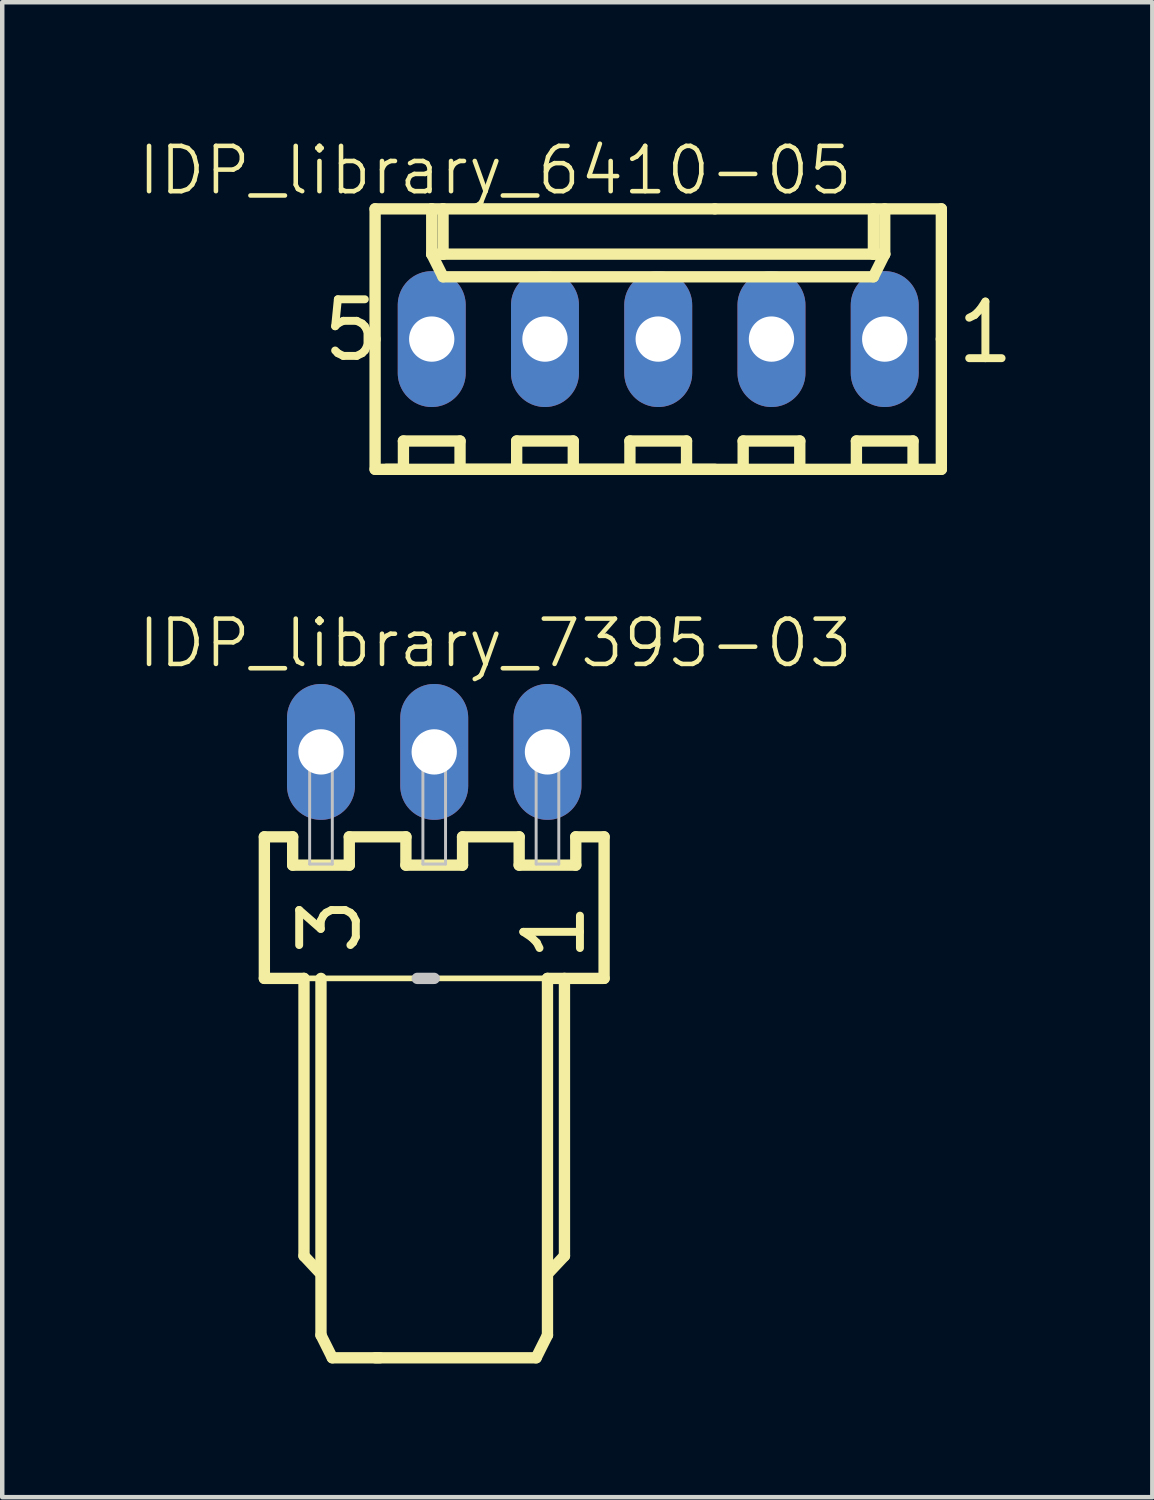
<source format=kicad_pcb>
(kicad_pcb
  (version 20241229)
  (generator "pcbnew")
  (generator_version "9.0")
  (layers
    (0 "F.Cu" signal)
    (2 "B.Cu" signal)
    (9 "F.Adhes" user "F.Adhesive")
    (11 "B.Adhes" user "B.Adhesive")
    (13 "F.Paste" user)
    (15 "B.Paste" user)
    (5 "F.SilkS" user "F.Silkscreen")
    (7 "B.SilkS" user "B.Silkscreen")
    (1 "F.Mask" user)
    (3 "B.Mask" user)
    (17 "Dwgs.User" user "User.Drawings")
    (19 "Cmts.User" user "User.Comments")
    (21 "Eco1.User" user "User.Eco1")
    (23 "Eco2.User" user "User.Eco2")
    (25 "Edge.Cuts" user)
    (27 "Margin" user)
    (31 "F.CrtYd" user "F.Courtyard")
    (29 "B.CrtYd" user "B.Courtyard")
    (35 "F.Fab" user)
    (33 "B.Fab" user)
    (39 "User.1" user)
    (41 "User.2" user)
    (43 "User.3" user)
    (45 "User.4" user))
  (footprint "IDP_library_7395-03"
    (layer "F.Cu")
    (at 6.689 13.814)
    (property "Reference" "IDP_library_7395-03" (at 1.369 -2.438 180) (layer "F.SilkS") (effects (font (size 1.016 1.016) (thickness 0.102))))
    (attr exclude_from_pos_files exclude_from_bom)
    (fp_line (start -3.81 1.905) (end -3.81 5.08) (stroke (width 0.254) (type solid)) (layer "F.SilkS"))
    (fp_line (start -3.81 5.08) (end -2.921 5.08) (stroke (width 0.254) (type solid)) (layer "F.SilkS"))
    (fp_line (start -3.175 1.905) (end -3.81 1.905) (stroke (width 0.254) (type solid)) (layer "F.SilkS"))
    (fp_line (start -3.175 2.54) (end -3.175 1.905) (stroke (width 0.254) (type solid)) (layer "F.SilkS"))
    (fp_line (start -2.921 5.08) (end -2.921 11.303) (stroke (width 0.254) (type solid)) (layer "F.SilkS"))
    (fp_line (start -2.921 5.08) (end 2.54 5.08) (stroke (width 0.127) (type solid)) (layer "F.SilkS"))
    (fp_line (start -2.921 11.303) (end -2.588 11.659) (stroke (width 0.254) (type solid)) (layer "F.SilkS"))
    (fp_line (start -2.54 5.08) (end -2.54 13.081) (stroke (width 0.254) (type solid)) (layer "F.SilkS"))
    (fp_line (start -2.54 13.081) (end -2.286 13.589) (stroke (width 0.254) (type solid)) (layer "F.SilkS"))
    (fp_line (start -2.286 13.589) (end -1.219 13.589) (stroke (width 0.254) (type solid)) (layer "F.SilkS"))
    (fp_line (start -1.905 1.905) (end -1.905 2.54) (stroke (width 0.254) (type solid)) (layer "F.SilkS"))
    (fp_line (start -1.905 2.54) (end -3.175 2.54) (stroke (width 0.254) (type solid)) (layer "F.SilkS"))
    (fp_line (start -0.635 1.905) (end -1.905 1.905) (stroke (width 0.254) (type solid)) (layer "F.SilkS"))
    (fp_line (start -0.635 2.54) (end -0.635 1.905) (stroke (width 0.254) (type solid)) (layer "F.SilkS"))
    (fp_line (start 0.635 1.905) (end 0.635 2.54) (stroke (width 0.254) (type solid)) (layer "F.SilkS"))
    (fp_line (start 0.635 2.54) (end -0.635 2.54) (stroke (width 0.254) (type solid)) (layer "F.SilkS"))
    (fp_line (start 1.905 1.905) (end 0.635 1.905) (stroke (width 0.254) (type solid)) (layer "F.SilkS"))
    (fp_line (start 1.905 2.54) (end 1.905 1.905) (stroke (width 0.254) (type solid)) (layer "F.SilkS"))
    (fp_line (start 2.286 13.589) (end -1.321 13.589) (stroke (width 0.254) (type solid)) (layer "F.SilkS"))
    (fp_line (start 2.54 5.08) (end 2.54 13.081) (stroke (width 0.254) (type solid)) (layer "F.SilkS"))
    (fp_line (start 2.54 5.08) (end 3.81 5.08) (stroke (width 0.254) (type solid)) (layer "F.SilkS"))
    (fp_line (start 2.54 13.081) (end 2.286 13.589) (stroke (width 0.254) (type solid)) (layer "F.SilkS"))
    (fp_line (start 2.921 5.08) (end 2.921 11.303) (stroke (width 0.254) (type solid)) (layer "F.SilkS"))
    (fp_line (start 2.921 11.303) (end 2.588 11.659) (stroke (width 0.254) (type solid)) (layer "F.SilkS"))
    (fp_line (start 3.175 1.905) (end 3.175 2.54) (stroke (width 0.254) (type solid)) (layer "F.SilkS"))
    (fp_line (start 3.175 2.54) (end 1.905 2.54) (stroke (width 0.254) (type solid)) (layer "F.SilkS"))
    (fp_line (start 3.81 1.905) (end 3.175 1.905) (stroke (width 0.254) (type solid)) (layer "F.SilkS"))
    (fp_line (start 3.81 5.08) (end 3.81 1.905) (stroke (width 0.254) (type solid)) (layer "F.SilkS"))
    (fp_line (start -2.794 -0.254) (end -2.286 -0.254) (stroke (width 0.066) (type solid)) (layer "Dwgs.User"))
    (fp_line (start -2.794 0.254) (end -2.794 -0.254) (stroke (width 0.066) (type solid)) (layer "Dwgs.User"))
    (fp_line (start -2.794 0.254) (end -2.286 0.254) (stroke (width 0.066) (type solid)) (layer "Dwgs.User"))
    (fp_line (start -2.794 0.279) (end -2.286 0.279) (stroke (width 0.066) (type solid)) (layer "Dwgs.User"))
    (fp_line (start -2.794 2.515) (end -2.794 0.279) (stroke (width 0.066) (type solid)) (layer "Dwgs.User"))
    (fp_line (start -2.794 2.515) (end -2.286 2.515) (stroke (width 0.066) (type solid)) (layer "Dwgs.User"))
    (fp_line (start -2.286 0.254) (end -2.286 -0.254) (stroke (width 0.066) (type solid)) (layer "Dwgs.User"))
    (fp_line (start -2.286 2.515) (end -2.286 0.279) (stroke (width 0.066) (type solid)) (layer "Dwgs.User"))
    (fp_line (start -0.254 -0.254) (end 0.254 -0.254) (stroke (width 0.066) (type solid)) (layer "Dwgs.User"))
    (fp_line (start -0.254 0.254) (end -0.254 -0.254) (stroke (width 0.066) (type solid)) (layer "Dwgs.User"))
    (fp_line (start -0.254 0.254) (end 0.254 0.254) (stroke (width 0.066) (type solid)) (layer "Dwgs.User"))
    (fp_line (start -0.254 0.279) (end 0.254 0.279) (stroke (width 0.066) (type solid)) (layer "Dwgs.User"))
    (fp_line (start -0.254 2.515) (end -0.254 0.279) (stroke (width 0.066) (type solid)) (layer "Dwgs.User"))
    (fp_line (start -0.254 2.515) (end 0.254 2.515) (stroke (width 0.066) (type solid)) (layer "Dwgs.User"))
    (fp_line (start 0 5.08) (end -0.381 5.08) (stroke (width 0.254) (type solid)) (layer "Dwgs.User"))
    (fp_line (start 0.254 0.254) (end 0.254 -0.254) (stroke (width 0.066) (type solid)) (layer "Dwgs.User"))
    (fp_line (start 0.254 2.515) (end 0.254 0.279) (stroke (width 0.066) (type solid)) (layer "Dwgs.User"))
    (fp_line (start 2.286 -0.254) (end 2.794 -0.254) (stroke (width 0.066) (type solid)) (layer "Dwgs.User"))
    (fp_line (start 2.286 0.254) (end 2.286 -0.254) (stroke (width 0.066) (type solid)) (layer "Dwgs.User"))
    (fp_line (start 2.286 0.254) (end 2.794 0.254) (stroke (width 0.066) (type solid)) (layer "Dwgs.User"))
    (fp_line (start 2.286 0.279) (end 2.794 0.279) (stroke (width 0.066) (type solid)) (layer "Dwgs.User"))
    (fp_line (start 2.286 2.515) (end 2.286 0.279) (stroke (width 0.066) (type solid)) (layer "Dwgs.User"))
    (fp_line (start 2.286 2.515) (end 2.794 2.515) (stroke (width 0.066) (type solid)) (layer "Dwgs.User"))
    (fp_line (start 2.794 0.254) (end 2.794 -0.254) (stroke (width 0.066) (type solid)) (layer "Dwgs.User"))
    (fp_line (start 2.794 2.515) (end 2.794 0.279) (stroke (width 0.066) (type solid)) (layer "Dwgs.User"))
    (fp_text user "3" (at -2.337 3.909 270) (layer "F.SilkS") (effects (font (size 1.27 1.27) (thickness 0.178))))
    (fp_text user "1" (at 2.69 4.036 270) (layer "F.SilkS") (effects (font (size 1.27 1.27) (thickness 0.178))))
    (pad "1" thru_hole oval (at 2.54 0 180) (size 1.524 3.048) (drill 1.016) (layers "*.Cu" "*.Paste" "*.Mask"))
    (pad "2" thru_hole oval (at 0 0 180) (size 1.524 3.048) (drill 1.016) (layers "*.Cu" "*.Paste" "*.Mask"))
    (pad "3" thru_hole oval (at -2.54 0 180) (size 1.524 3.048) (drill 1.016) (layers "*.Cu" "*.Paste" "*.Mask")))
  (footprint "IDP_library_6410-05"
    (layer "F.Cu")
    (at 11.713 4.555)
    (property "Reference" "IDP_library_6410-05" (at -3.655 -3.782 0) (layer "F.SilkS") (effects (font (size 1.016 1.016) (thickness 0.102))))
    (attr exclude_from_pos_files exclude_from_bom)
    (fp_line (start -6.35 -2.921) (end -5.08 -2.921) (stroke (width 0.254) (type solid)) (layer "F.SilkS"))
    (fp_line (start -6.35 0) (end -6.35 -2.921) (stroke (width 0.254) (type solid)) (layer "F.SilkS"))
    (fp_line (start -6.35 0) (end -6.35 2.921) (stroke (width 0.254) (type solid)) (layer "F.SilkS"))
    (fp_line (start -6.35 2.921) (end 1.27 2.921) (stroke (width 0.254) (type solid)) (layer "F.SilkS"))
    (fp_line (start -6.096 2.921) (end -5.715 2.921) (stroke (width 0.254) (type solid)) (layer "F.SilkS"))
    (fp_line (start -5.715 2.286) (end -4.445 2.286) (stroke (width 0.254) (type solid)) (layer "F.SilkS"))
    (fp_line (start -5.715 2.921) (end -5.715 2.286) (stroke (width 0.254) (type solid)) (layer "F.SilkS"))
    (fp_line (start -5.08 -2.921) (end -4.826 -2.921) (stroke (width 0.254) (type solid)) (layer "F.SilkS"))
    (fp_line (start -5.08 -2.54) (end -5.08 -2.921) (stroke (width 0.127) (type solid)) (layer "F.SilkS"))
    (fp_line (start -5.08 -1.905) (end -5.08 -2.921) (stroke (width 0.254) (type solid)) (layer "F.SilkS"))
    (fp_line (start -5.08 -1.905) (end -4.826 -1.905) (stroke (width 0.254) (type solid)) (layer "F.SilkS"))
    (fp_line (start -5.08 -1.905) (end -4.826 -1.397) (stroke (width 0.254) (type solid)) (layer "F.SilkS"))
    (fp_line (start -4.826 -2.921) (end -4.826 -1.905) (stroke (width 0.254) (type solid)) (layer "F.SilkS"))
    (fp_line (start -4.826 -2.921) (end 1.27 -2.921) (stroke (width 0.254) (type solid)) (layer "F.SilkS"))
    (fp_line (start -4.826 -1.905) (end 4.826 -1.905) (stroke (width 0.254) (type solid)) (layer "F.SilkS"))
    (fp_line (start -4.826 -1.397) (end 4.826 -1.397) (stroke (width 0.254) (type solid)) (layer "F.SilkS"))
    (fp_line (start -4.445 2.286) (end -4.445 2.921) (stroke (width 0.254) (type solid)) (layer "F.SilkS"))
    (fp_line (start -4.445 2.921) (end -3.175 2.921) (stroke (width 0.254) (type solid)) (layer "F.SilkS"))
    (fp_line (start -3.175 2.286) (end -1.905 2.286) (stroke (width 0.254) (type solid)) (layer "F.SilkS"))
    (fp_line (start -3.175 2.921) (end -3.175 2.286) (stroke (width 0.254) (type solid)) (layer "F.SilkS"))
    (fp_line (start -1.905 2.286) (end -1.905 2.921) (stroke (width 0.254) (type solid)) (layer "F.SilkS"))
    (fp_line (start -1.905 2.921) (end -0.635 2.921) (stroke (width 0.254) (type solid)) (layer "F.SilkS"))
    (fp_line (start -0.635 2.286) (end 0.635 2.286) (stroke (width 0.254) (type solid)) (layer "F.SilkS"))
    (fp_line (start -0.635 2.921) (end -0.635 2.286) (stroke (width 0.254) (type solid)) (layer "F.SilkS"))
    (fp_line (start 0.635 2.286) (end 0.635 2.921) (stroke (width 0.254) (type solid)) (layer "F.SilkS"))
    (fp_line (start 0.635 2.921) (end -0.635 2.921) (stroke (width 0.254) (type solid)) (layer "F.SilkS"))
    (fp_line (start 0.635 2.921) (end 1.905 2.921) (stroke (width 0.254) (type solid)) (layer "F.SilkS"))
    (fp_line (start 1.905 2.286) (end 3.175 2.286) (stroke (width 0.254) (type solid)) (layer "F.SilkS"))
    (fp_line (start 1.905 2.921) (end 1.905 2.286) (stroke (width 0.254) (type solid)) (layer "F.SilkS"))
    (fp_line (start 3.175 2.286) (end 3.175 2.921) (stroke (width 0.254) (type solid)) (layer "F.SilkS"))
    (fp_line (start 3.175 2.921) (end 1.905 2.921) (stroke (width 0.254) (type solid)) (layer "F.SilkS"))
    (fp_line (start 3.175 2.921) (end 4.445 2.921) (stroke (width 0.254) (type solid)) (layer "F.SilkS"))
    (fp_line (start 4.445 2.286) (end 5.715 2.286) (stroke (width 0.254) (type solid)) (layer "F.SilkS"))
    (fp_line (start 4.445 2.921) (end 4.445 2.286) (stroke (width 0.254) (type solid)) (layer "F.SilkS"))
    (fp_line (start 4.826 -2.921) (end 4.826 -1.905) (stroke (width 0.254) (type solid)) (layer "F.SilkS"))
    (fp_line (start 4.826 -1.905) (end 5.08 -1.905) (stroke (width 0.254) (type solid)) (layer "F.SilkS"))
    (fp_line (start 4.826 -1.397) (end 5.08 -1.905) (stroke (width 0.254) (type solid)) (layer "F.SilkS"))
    (fp_line (start 5.08 -1.905) (end 5.08 -2.921) (stroke (width 0.254) (type solid)) (layer "F.SilkS"))
    (fp_line (start 5.715 2.286) (end 5.715 2.921) (stroke (width 0.254) (type solid)) (layer "F.SilkS"))
    (fp_line (start 5.715 2.921) (end 4.445 2.921) (stroke (width 0.254) (type solid)) (layer "F.SilkS"))
    (fp_line (start 5.715 2.921) (end 6.35 2.921) (stroke (width 0.254) (type solid)) (layer "F.SilkS"))
    (fp_line (start 6.35 -2.921) (end 1.27 -2.921) (stroke (width 0.254) (type solid)) (layer "F.SilkS"))
    (fp_line (start 6.35 0) (end 6.35 -2.921) (stroke (width 0.254) (type solid)) (layer "F.SilkS"))
    (fp_line (start 6.35 0) (end 6.35 2.921) (stroke (width 0.254) (type solid)) (layer "F.SilkS"))
    (fp_line (start -5.334 -0.254) (end -4.826 -0.254) (stroke (width 0.066) (type solid)) (layer "Dwgs.User"))
    (fp_line (start -5.334 0.254) (end -5.334 -0.254) (stroke (width 0.066) (type solid)) (layer "Dwgs.User"))
    (fp_line (start -5.334 0.254) (end -4.826 0.254) (stroke (width 0.066) (type solid)) (layer "Dwgs.User"))
    (fp_line (start -4.826 0.254) (end -4.826 -0.254) (stroke (width 0.066) (type solid)) (layer "Dwgs.User"))
    (fp_line (start -2.794 -0.254) (end -2.286 -0.254) (stroke (width 0.066) (type solid)) (layer "Dwgs.User"))
    (fp_line (start -2.794 0.254) (end -2.794 -0.254) (stroke (width 0.066) (type solid)) (layer "Dwgs.User"))
    (fp_line (start -2.794 0.254) (end -2.286 0.254) (stroke (width 0.066) (type solid)) (layer "Dwgs.User"))
    (fp_line (start -2.286 0.254) (end -2.286 -0.254) (stroke (width 0.066) (type solid)) (layer "Dwgs.User"))
    (fp_line (start -0.254 -0.254) (end 0.254 -0.254) (stroke (width 0.066) (type solid)) (layer "Dwgs.User"))
    (fp_line (start -0.254 0.254) (end -0.254 -0.254) (stroke (width 0.066) (type solid)) (layer "Dwgs.User"))
    (fp_line (start -0.254 0.254) (end 0.254 0.254) (stroke (width 0.066) (type solid)) (layer "Dwgs.User"))
    (fp_line (start 0.254 0.254) (end 0.254 -0.254) (stroke (width 0.066) (type solid)) (layer "Dwgs.User"))
    (fp_line (start 2.286 -0.254) (end 2.794 -0.254) (stroke (width 0.066) (type solid)) (layer "Dwgs.User"))
    (fp_line (start 2.286 0.254) (end 2.286 -0.254) (stroke (width 0.066) (type solid)) (layer "Dwgs.User"))
    (fp_line (start 2.286 0.254) (end 2.794 0.254) (stroke (width 0.066) (type solid)) (layer "Dwgs.User"))
    (fp_line (start 2.794 0.254) (end 2.794 -0.254) (stroke (width 0.066) (type solid)) (layer "Dwgs.User"))
    (fp_line (start 4.826 -0.254) (end 5.334 -0.254) (stroke (width 0.066) (type solid)) (layer "Dwgs.User"))
    (fp_line (start 4.826 0.254) (end 4.826 -0.254) (stroke (width 0.066) (type solid)) (layer "Dwgs.User"))
    (fp_line (start 4.826 0.254) (end 5.334 0.254) (stroke (width 0.066) (type solid)) (layer "Dwgs.User"))
    (fp_line (start 5.334 0.254) (end 5.334 -0.254) (stroke (width 0.066) (type solid)) (layer "Dwgs.User"))
    (fp_text user "5" (at -6.883 -0.201 0) (layer "F.SilkS") (effects (font (size 1.27 1.27) (thickness 0.178))))
    (fp_text user "1" (at 7.338 -0.15 0) (layer "F.SilkS") (effects (font (size 1.27 1.27) (thickness 0.178))))
    (pad "1" thru_hole oval (at 5.08 0 180) (size 1.524 3.048) (drill 1.016) (layers "*.Cu" "*.Paste" "*.Mask"))
    (pad "2" thru_hole oval (at 2.54 0 180) (size 1.524 3.048) (drill 1.016) (layers "*.Cu" "*.Paste" "*.Mask"))
    (pad "3" thru_hole oval (at 0 0 180) (size 1.524 3.048) (drill 1.016) (layers "*.Cu" "*.Paste" "*.Mask"))
    (pad "4" thru_hole oval (at -2.54 0 180) (size 1.524 3.048) (drill 1.016) (layers "*.Cu" "*.Paste" "*.Mask"))
    (pad "5" thru_hole oval (at -5.08 0 180) (size 1.524 3.048) (drill 1.016) (layers "*.Cu" "*.Paste" "*.Mask")))
  (gr_rect
    (start -3 -3)
    (end 22.795 30.53)
    (stroke (width 0.1) (type default))
    (fill no)
    (layer "Edge.Cuts")))
</source>
